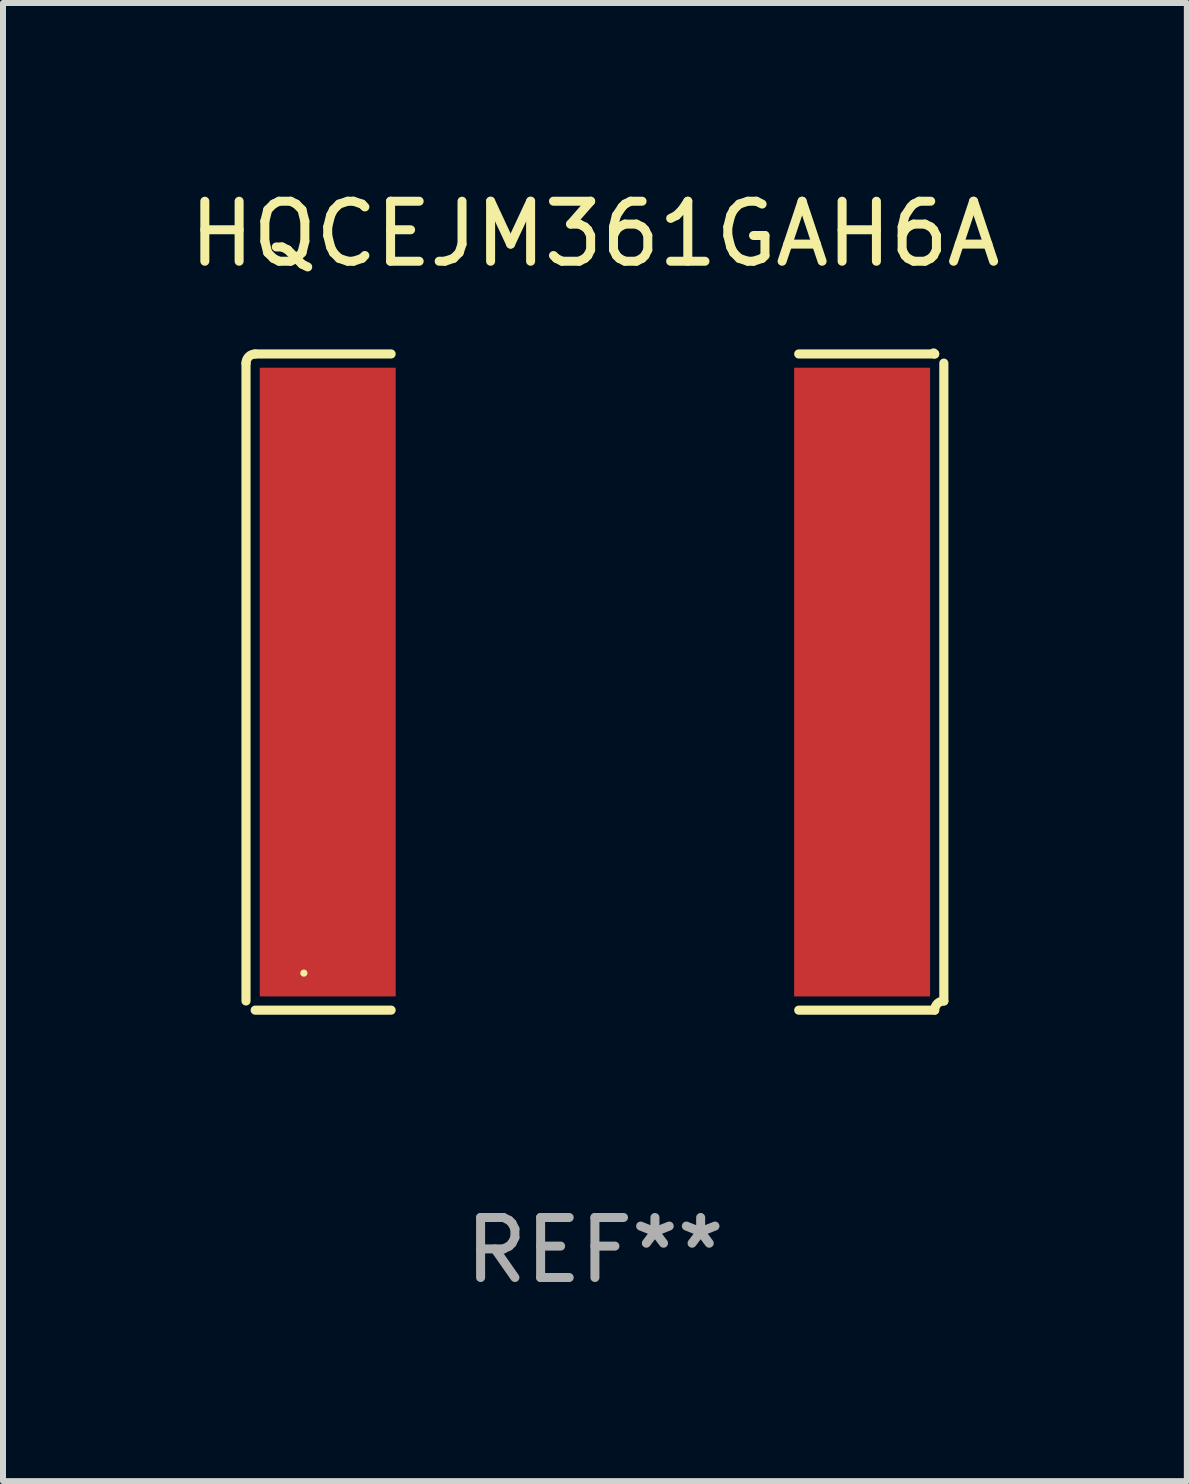
<source format=kicad_pcb>
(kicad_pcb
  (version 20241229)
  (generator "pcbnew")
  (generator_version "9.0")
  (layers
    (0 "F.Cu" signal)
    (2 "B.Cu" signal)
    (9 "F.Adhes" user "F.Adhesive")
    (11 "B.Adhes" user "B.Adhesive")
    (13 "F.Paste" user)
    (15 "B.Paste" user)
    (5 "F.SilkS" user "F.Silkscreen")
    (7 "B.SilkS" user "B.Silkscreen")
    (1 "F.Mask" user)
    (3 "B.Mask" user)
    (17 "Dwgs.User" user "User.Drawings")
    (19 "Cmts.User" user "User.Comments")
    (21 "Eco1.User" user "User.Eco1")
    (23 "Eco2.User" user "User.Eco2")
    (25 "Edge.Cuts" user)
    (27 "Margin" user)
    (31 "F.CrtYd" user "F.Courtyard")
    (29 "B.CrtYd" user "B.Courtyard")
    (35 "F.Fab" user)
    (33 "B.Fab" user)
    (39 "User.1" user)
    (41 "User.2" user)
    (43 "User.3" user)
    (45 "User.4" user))
  (footprint "HQCEJM361GAH6A"
    (layer "F.Cu")
    (at 6.863 8.315)
    (property "Reference" "HQCEJM361GAH6A" (at 0 -7.467 0) (layer "F.SilkS") (effects (font (size 1 1) (thickness 0.15))))
    (attr through_hole)
    (fp_line (start -5.814 -5.314) (end -5.814 5.314) (stroke (width 0.152) (type solid)) (layer "F.SilkS"))
    (fp_line (start -5.661 5.467) (end -3.396 5.467) (stroke (width 0.152) (type solid)) (layer "F.SilkS"))
    (fp_line (start -3.396 -5.467) (end -5.661 -5.467) (stroke (width 0.152) (type solid)) (layer "F.SilkS"))
    (fp_line (start 3.396 -5.467) (end 5.661 -5.467) (stroke (width 0.152) (type solid)) (layer "F.SilkS"))
    (fp_line (start 5.661 5.467) (end 3.396 5.467) (stroke (width 0.152) (type solid)) (layer "F.SilkS"))
    (fp_line (start 5.814 -5.314) (end 5.814 5.314) (stroke (width 0.152) (type solid)) (layer "F.SilkS"))
    (fp_arc (start -5.813599 -5.314201) (mid -5.768962 -5.421963) (end -5.661199 -5.466599) (stroke (width 0.1524) (type solid)) (layer "F.SilkS"))
    (fp_arc (start -5.813599 5.314201) (mid -5.804682 5.323116) (end -5.795765 5.332031) (stroke (width 0.1524) (type solid)) (layer "F.SilkS"))
    (fp_arc (start 5.661199 -5.466599) (mid 5.652283 -5.475515) (end 5.643366 -5.48443) (stroke (width 0.1524) (type solid)) (layer "F.SilkS"))
    (fp_arc (start 5.661199 5.466599) (mid 5.705836 5.358837) (end 5.813599 5.314201) (stroke (width 0.1524) (type solid)) (layer "F.SilkS"))
    (fp_circle (center -4.85 4.85) (end -4.82 4.85) (stroke (width 0.06) (type solid)) (fill no) (layer "F.SilkS"))
    (fp_text user "REF**" (at 0 9.467 0) (layer "F.Fab") (effects (font (size 1 1) (thickness 0.15))))
    (pad "1" smd rect (at -4.452 0) (size 2.265 10.476) (layers "F.Cu" "F.Mask" "F.Paste"))
    (pad "2" smd rect (at 4.452 0) (size 2.265 10.476) (layers "F.Cu" "F.Mask" "F.Paste")))
  (gr_rect
    (start -3 -3)
    (end 16.726 21.63)
    (stroke (width 0.1) (type default))
    (fill no)
    (layer "Edge.Cuts")))
</source>
